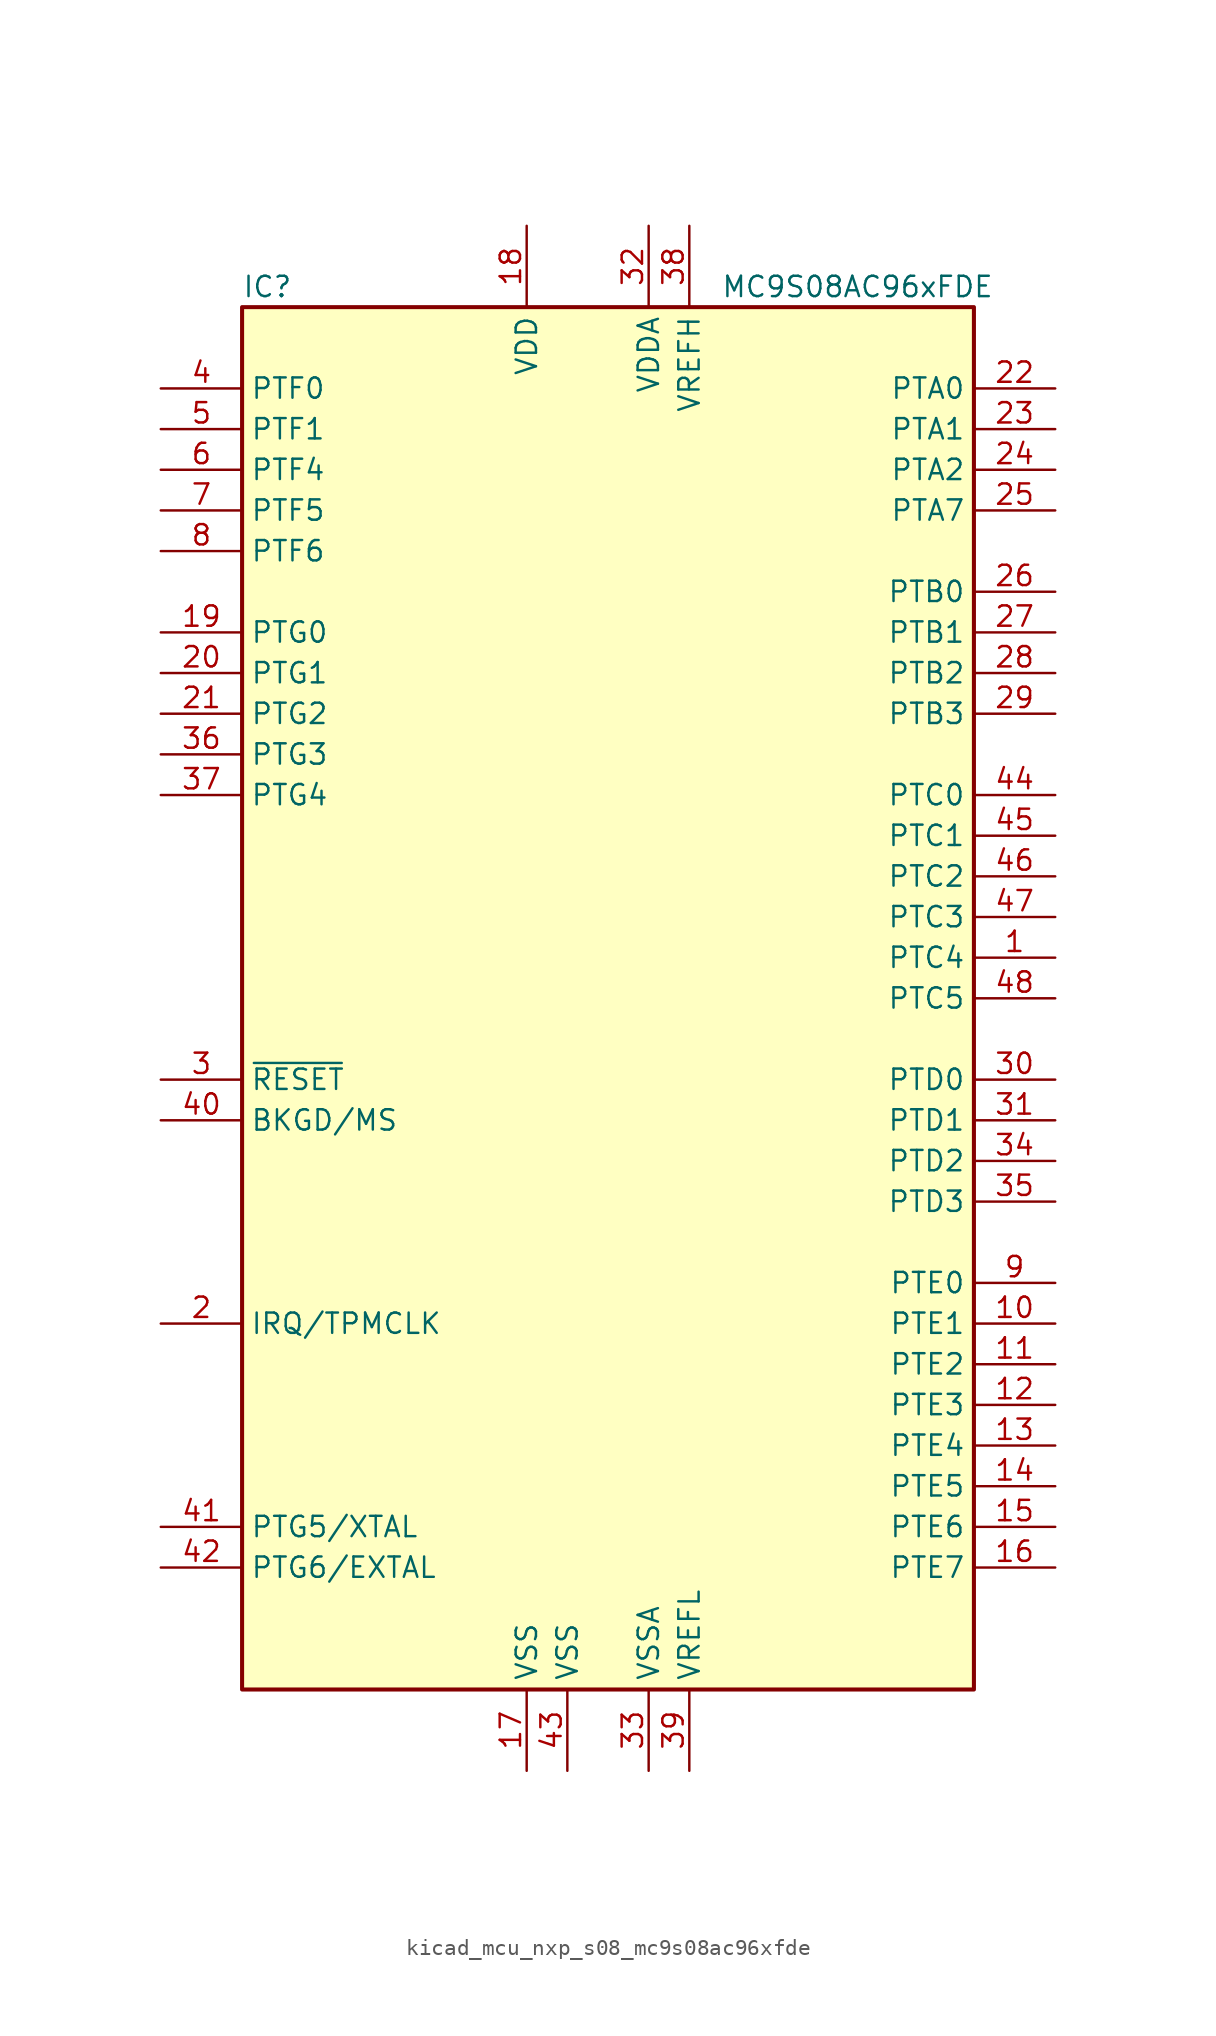
<source format=kicad_sym>
(kicad_symbol_lib
  (version 20220914)
  (generator kicad_symbol_editor)
  (symbol "kicad_mcu_nxp_s08_mc9s08ac96xfde"
    (property "Reference" "IC"
      (at -22.86 44.45 0)
      (effects (font (size 1.27 1.27)) (justify left)))
    (property "Value" "MC9S08AC96xFDE"
      (at 24.13 44.45 0)
      (effects (font (size 1.27 1.27)) (justify right)))
    (symbol "kicad_mcu_nxp_s08_mc9s08ac96xfde_0_1"
      (rectangle (start -22.86 43.18) (end 22.86 -43.18) (stroke (width 0.254) (type default)) (fill (type background))))
    (symbol "kicad_mcu_nxp_s08_mc9s08ac96xfde_1_1"
      (pin bidirectional line (at 27.94 2.54 180) (length 5.08) (name "PTC4" (effects (font (size 1.27 1.27)))) (number "1" (effects (font (size 1.27 1.27)))))
      (pin bidirectional line (at 27.94 -20.32 180) (length 5.08) (name "PTE1" (effects (font (size 1.27 1.27)))) (number "10" (effects (font (size 1.27 1.27)))))
      (pin bidirectional line (at 27.94 -22.86 180) (length 5.08) (name "PTE2" (effects (font (size 1.27 1.27)))) (number "11" (effects (font (size 1.27 1.27)))))
      (pin bidirectional line (at 27.94 -25.4 180) (length 5.08) (name "PTE3" (effects (font (size 1.27 1.27)))) (number "12" (effects (font (size 1.27 1.27)))))
      (pin bidirectional line (at 27.94 -27.94 180) (length 5.08) (name "PTE4" (effects (font (size 1.27 1.27)))) (number "13" (effects (font (size 1.27 1.27)))))
      (pin bidirectional line (at 27.94 -30.48 180) (length 5.08) (name "PTE5" (effects (font (size 1.27 1.27)))) (number "14" (effects (font (size 1.27 1.27)))))
      (pin bidirectional line (at 27.94 -33.02 180) (length 5.08) (name "PTE6" (effects (font (size 1.27 1.27)))) (number "15" (effects (font (size 1.27 1.27)))))
      (pin bidirectional line (at 27.94 -35.56 180) (length 5.08) (name "PTE7" (effects (font (size 1.27 1.27)))) (number "16" (effects (font (size 1.27 1.27)))))
      (pin power_in line (at -5.08 -48.26 90) (length 5.08) (name "VSS" (effects (font (size 1.27 1.27)))) (number "17" (effects (font (size 1.27 1.27)))))
      (pin power_in line (at -5.08 48.26 270) (length 5.08) (name "VDD" (effects (font (size 1.27 1.27)))) (number "18" (effects (font (size 1.27 1.27)))))
      (pin bidirectional line (at -27.94 22.86 0) (length 5.08) (name "PTG0" (effects (font (size 1.27 1.27)))) (number "19" (effects (font (size 1.27 1.27)))))
      (pin input line (at -27.94 -20.32 0) (length 5.08) (name "IRQ/TPMCLK" (effects (font (size 1.27 1.27)))) (number "2" (effects (font (size 1.27 1.27)))))
      (pin bidirectional line (at -27.94 20.32 0) (length 5.08) (name "PTG1" (effects (font (size 1.27 1.27)))) (number "20" (effects (font (size 1.27 1.27)))))
      (pin bidirectional line (at -27.94 17.78 0) (length 5.08) (name "PTG2" (effects (font (size 1.27 1.27)))) (number "21" (effects (font (size 1.27 1.27)))))
      (pin bidirectional line (at 27.94 38.1 180) (length 5.08) (name "PTA0" (effects (font (size 1.27 1.27)))) (number "22" (effects (font (size 1.27 1.27)))))
      (pin bidirectional line (at 27.94 35.56 180) (length 5.08) (name "PTA1" (effects (font (size 1.27 1.27)))) (number "23" (effects (font (size 1.27 1.27)))))
      (pin bidirectional line (at 27.94 33.02 180) (length 5.08) (name "PTA2" (effects (font (size 1.27 1.27)))) (number "24" (effects (font (size 1.27 1.27)))))
      (pin bidirectional line (at 27.94 30.48 180) (length 5.08) (name "PTA7" (effects (font (size 1.27 1.27)))) (number "25" (effects (font (size 1.27 1.27)))))
      (pin bidirectional line (at 27.94 25.4 180) (length 5.08) (name "PTB0" (effects (font (size 1.27 1.27)))) (number "26" (effects (font (size 1.27 1.27)))))
      (pin bidirectional line (at 27.94 22.86 180) (length 5.08) (name "PTB1" (effects (font (size 1.27 1.27)))) (number "27" (effects (font (size 1.27 1.27)))))
      (pin bidirectional line (at 27.94 20.32 180) (length 5.08) (name "PTB2" (effects (font (size 1.27 1.27)))) (number "28" (effects (font (size 1.27 1.27)))))
      (pin bidirectional line (at 27.94 17.78 180) (length 5.08) (name "PTB3" (effects (font (size 1.27 1.27)))) (number "29" (effects (font (size 1.27 1.27)))))
      (pin input line (at -27.94 -5.08 0) (length 5.08) (name "~{RESET}" (effects (font (size 1.27 1.27)))) (number "3" (effects (font (size 1.27 1.27)))))
      (pin bidirectional line (at 27.94 -5.08 180) (length 5.08) (name "PTD0" (effects (font (size 1.27 1.27)))) (number "30" (effects (font (size 1.27 1.27)))))
      (pin bidirectional line (at 27.94 -7.62 180) (length 5.08) (name "PTD1" (effects (font (size 1.27 1.27)))) (number "31" (effects (font (size 1.27 1.27)))))
      (pin power_in line (at 2.54 48.26 270) (length 5.08) (name "VDDA" (effects (font (size 1.27 1.27)))) (number "32" (effects (font (size 1.27 1.27)))))
      (pin power_in line (at 2.54 -48.26 90) (length 5.08) (name "VSSA" (effects (font (size 1.27 1.27)))) (number "33" (effects (font (size 1.27 1.27)))))
      (pin bidirectional line (at 27.94 -10.16 180) (length 5.08) (name "PTD2" (effects (font (size 1.27 1.27)))) (number "34" (effects (font (size 1.27 1.27)))))
      (pin bidirectional line (at 27.94 -12.7 180) (length 5.08) (name "PTD3" (effects (font (size 1.27 1.27)))) (number "35" (effects (font (size 1.27 1.27)))))
      (pin bidirectional line (at -27.94 15.24 0) (length 5.08) (name "PTG3" (effects (font (size 1.27 1.27)))) (number "36" (effects (font (size 1.27 1.27)))))
      (pin bidirectional line (at -27.94 12.7 0) (length 5.08) (name "PTG4" (effects (font (size 1.27 1.27)))) (number "37" (effects (font (size 1.27 1.27)))))
      (pin power_in line (at 5.08 48.26 270) (length 5.08) (name "VREFH" (effects (font (size 1.27 1.27)))) (number "38" (effects (font (size 1.27 1.27)))))
      (pin power_in line (at 5.08 -48.26 90) (length 5.08) (name "VREFL" (effects (font (size 1.27 1.27)))) (number "39" (effects (font (size 1.27 1.27)))))
      (pin bidirectional line (at -27.94 38.1 0) (length 5.08) (name "PTF0" (effects (font (size 1.27 1.27)))) (number "4" (effects (font (size 1.27 1.27)))))
      (pin bidirectional line (at -27.94 -7.62 0) (length 5.08) (name "BKGD/MS" (effects (font (size 1.27 1.27)))) (number "40" (effects (font (size 1.27 1.27)))))
      (pin bidirectional line (at -27.94 -33.02 0) (length 5.08) (name "PTG5/XTAL" (effects (font (size 1.27 1.27)))) (number "41" (effects (font (size 1.27 1.27)))))
      (pin bidirectional line (at -27.94 -35.56 0) (length 5.08) (name "PTG6/EXTAL" (effects (font (size 1.27 1.27)))) (number "42" (effects (font (size 1.27 1.27)))))
      (pin power_in line (at -2.54 -48.26 90) (length 5.08) (name "VSS" (effects (font (size 1.27 1.27)))) (number "43" (effects (font (size 1.27 1.27)))))
      (pin bidirectional line (at 27.94 12.7 180) (length 5.08) (name "PTC0" (effects (font (size 1.27 1.27)))) (number "44" (effects (font (size 1.27 1.27)))))
      (pin bidirectional line (at 27.94 10.16 180) (length 5.08) (name "PTC1" (effects (font (size 1.27 1.27)))) (number "45" (effects (font (size 1.27 1.27)))))
      (pin bidirectional line (at 27.94 7.62 180) (length 5.08) (name "PTC2" (effects (font (size 1.27 1.27)))) (number "46" (effects (font (size 1.27 1.27)))))
      (pin bidirectional line (at 27.94 5.08 180) (length 5.08) (name "PTC3" (effects (font (size 1.27 1.27)))) (number "47" (effects (font (size 1.27 1.27)))))
      (pin bidirectional line (at 27.94 0 180) (length 5.08) (name "PTC5" (effects (font (size 1.27 1.27)))) (number "48" (effects (font (size 1.27 1.27)))))
      (pin bidirectional line (at -27.94 35.56 0) (length 5.08) (name "PTF1" (effects (font (size 1.27 1.27)))) (number "5" (effects (font (size 1.27 1.27)))))
      (pin bidirectional line (at -27.94 33.02 0) (length 5.08) (name "PTF4" (effects (font (size 1.27 1.27)))) (number "6" (effects (font (size 1.27 1.27)))))
      (pin bidirectional line (at -27.94 30.48 0) (length 5.08) (name "PTF5" (effects (font (size 1.27 1.27)))) (number "7" (effects (font (size 1.27 1.27)))))
      (pin bidirectional line (at -27.94 27.94 0) (length 5.08) (name "PTF6" (effects (font (size 1.27 1.27)))) (number "8" (effects (font (size 1.27 1.27)))))
      (pin bidirectional line (at 27.94 -17.78 180) (length 5.08) (name "PTE0" (effects (font (size 1.27 1.27)))) (number "9" (effects (font (size 1.27 1.27))))))))
</source>
